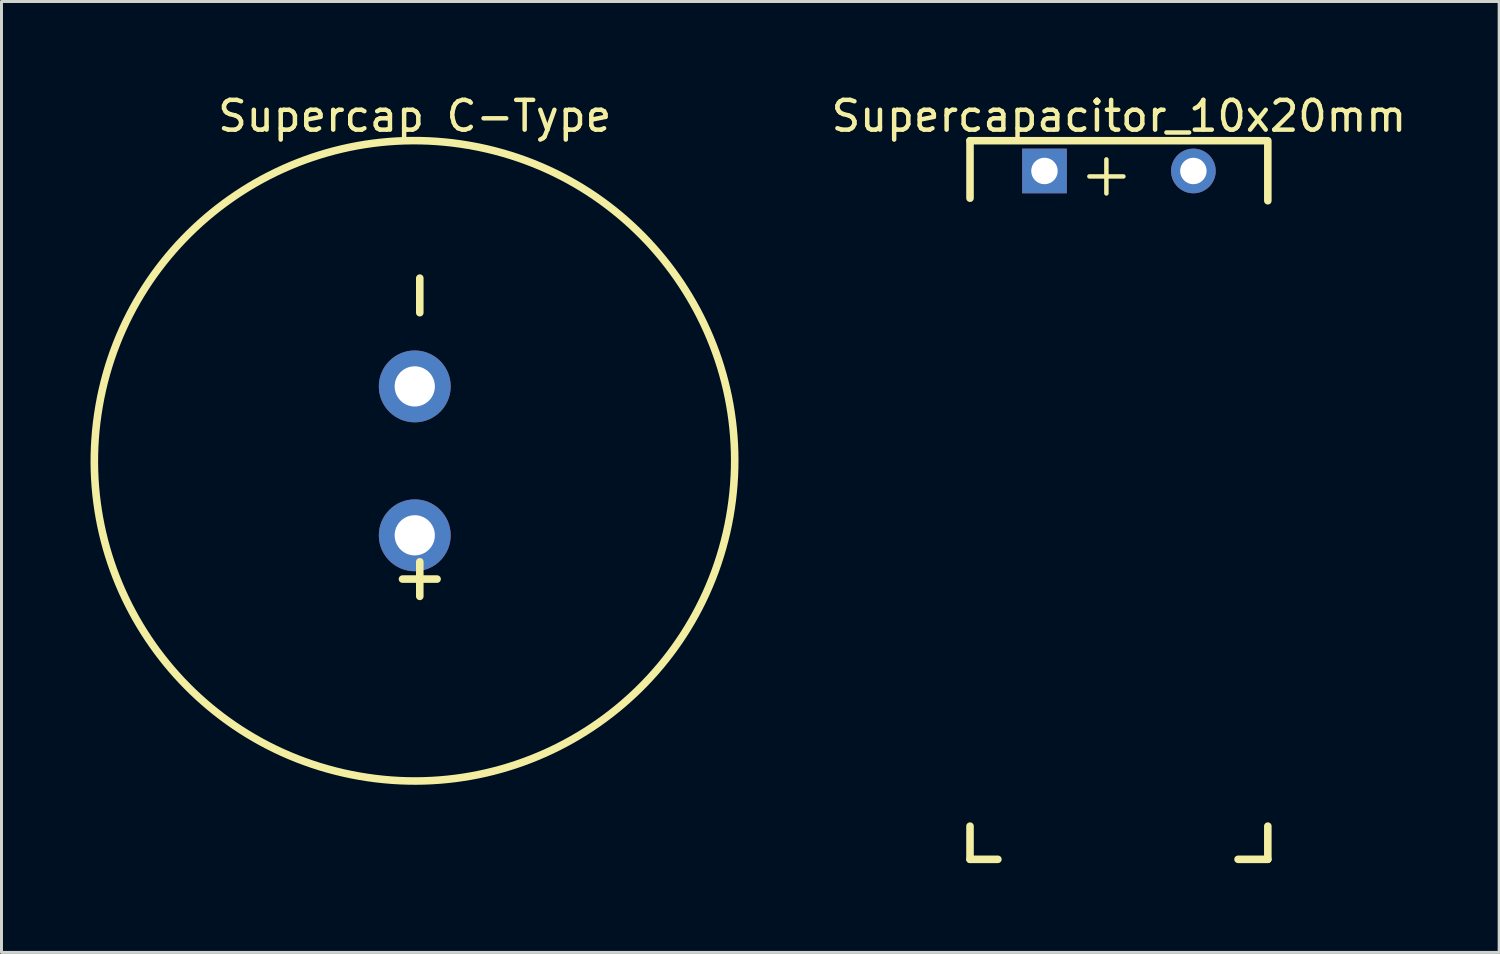
<source format=kicad_pcb>
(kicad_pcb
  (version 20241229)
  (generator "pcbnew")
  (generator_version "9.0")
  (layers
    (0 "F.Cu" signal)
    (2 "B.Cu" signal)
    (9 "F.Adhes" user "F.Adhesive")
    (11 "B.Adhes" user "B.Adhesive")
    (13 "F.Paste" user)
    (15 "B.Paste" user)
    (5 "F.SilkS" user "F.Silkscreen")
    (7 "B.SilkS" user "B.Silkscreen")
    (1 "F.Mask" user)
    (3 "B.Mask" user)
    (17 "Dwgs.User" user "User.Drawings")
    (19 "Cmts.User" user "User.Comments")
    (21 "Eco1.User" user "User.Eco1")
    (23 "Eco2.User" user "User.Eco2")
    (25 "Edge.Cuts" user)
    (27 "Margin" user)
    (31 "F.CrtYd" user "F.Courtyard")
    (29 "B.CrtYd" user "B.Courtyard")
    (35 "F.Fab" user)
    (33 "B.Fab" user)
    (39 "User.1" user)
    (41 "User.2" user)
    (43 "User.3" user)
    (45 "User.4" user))
  (footprint "Supercap C-Type"
    (layer "F.Cu")
    (at 10.877 12.425)
    (property "Reference" "Supercap C-Type" (at 0 -11.577 0) (layer "F.SilkS") (effects (font (size 1 1) (thickness 0.15))))
    (fp_arc (start 1.879466 -10.584428) (mid -1.8487 10.589845) (end 1.817918 -10.595173) (stroke (width 0.254) (type solid)) (layer "F.SilkS"))
    (fp_text user "-" (at 0.949 -4.445 90) (unlocked yes) (layer "F.SilkS") (effects (font (size 1.524 1.524) (thickness 0.254)) (justify left bottom)))
    (fp_text user "+" (at 0.949 5.08 90) (unlocked yes) (layer "F.SilkS") (effects (font (size 1.524 1.524) (thickness 0.254)) (justify left bottom)))
    (pad "N" thru_hole circle (at 0 -2.5 90) (size 2.413 2.413) (drill 1.35) (layers "*.Cu" "*.Mask"))
    (pad "P" thru_hole circle (at 0 2.5 90) (size 2.413 2.413) (drill 1.35) (layers "*.Cu" "*.Mask")))
  (footprint "Supercapacitor_10x20mm"
    (layer "F.Cu")
    (at 34.522 2.691)
    (property "Reference" "Supercapacitor_10x20mm" (at 0 -1.843 0) (layer "F.SilkS") (effects (font (size 1 1) (thickness 0.15))))
    (fp_line (start -5 -1.016) (end 4.953 -1.016) (stroke (width 0.254) (type solid)) (layer "F.SilkS"))
    (fp_line (start -5 0.914) (end -5 -1.016) (stroke (width 0.254) (type solid)) (layer "F.SilkS"))
    (fp_line (start -5 23.114) (end -5 22) (stroke (width 0.254) (type solid)) (layer "F.SilkS"))
    (fp_line (start -5 23.114) (end -4.064 23.114) (stroke (width 0.254) (type solid)) (layer "F.SilkS"))
    (fp_line (start 4 23.114) (end 5 23.114) (stroke (width 0.254) (type solid)) (layer "F.SilkS"))
    (fp_line (start 5 1) (end 5 -1.016) (stroke (width 0.254) (type solid)) (layer "F.SilkS"))
    (fp_line (start 5 23.114) (end 5 22) (stroke (width 0.254) (type solid)) (layer "F.SilkS"))
    (fp_text user "+" (at -1.448 0.946 0) (unlocked yes) (layer "F.SilkS") (effects (font (size 1.5 1.5) (thickness 0.15)) (justify left bottom)))
    (pad "N" thru_hole circle (at 2.5 0) (size 1.5 1.5) (drill 0.889) (layers "*.Cu" "*.Mask"))
    (pad "P" thru_hole rect (at -2.5 0) (size 1.5 1.5) (drill 0.889) (layers "*.Cu" "*.Mask")))
  (gr_rect
    (start -3 -3)
    (end 47.29 28.932)
    (stroke (width 0.1) (type default))
    (fill no)
    (layer "Edge.Cuts")))
</source>
